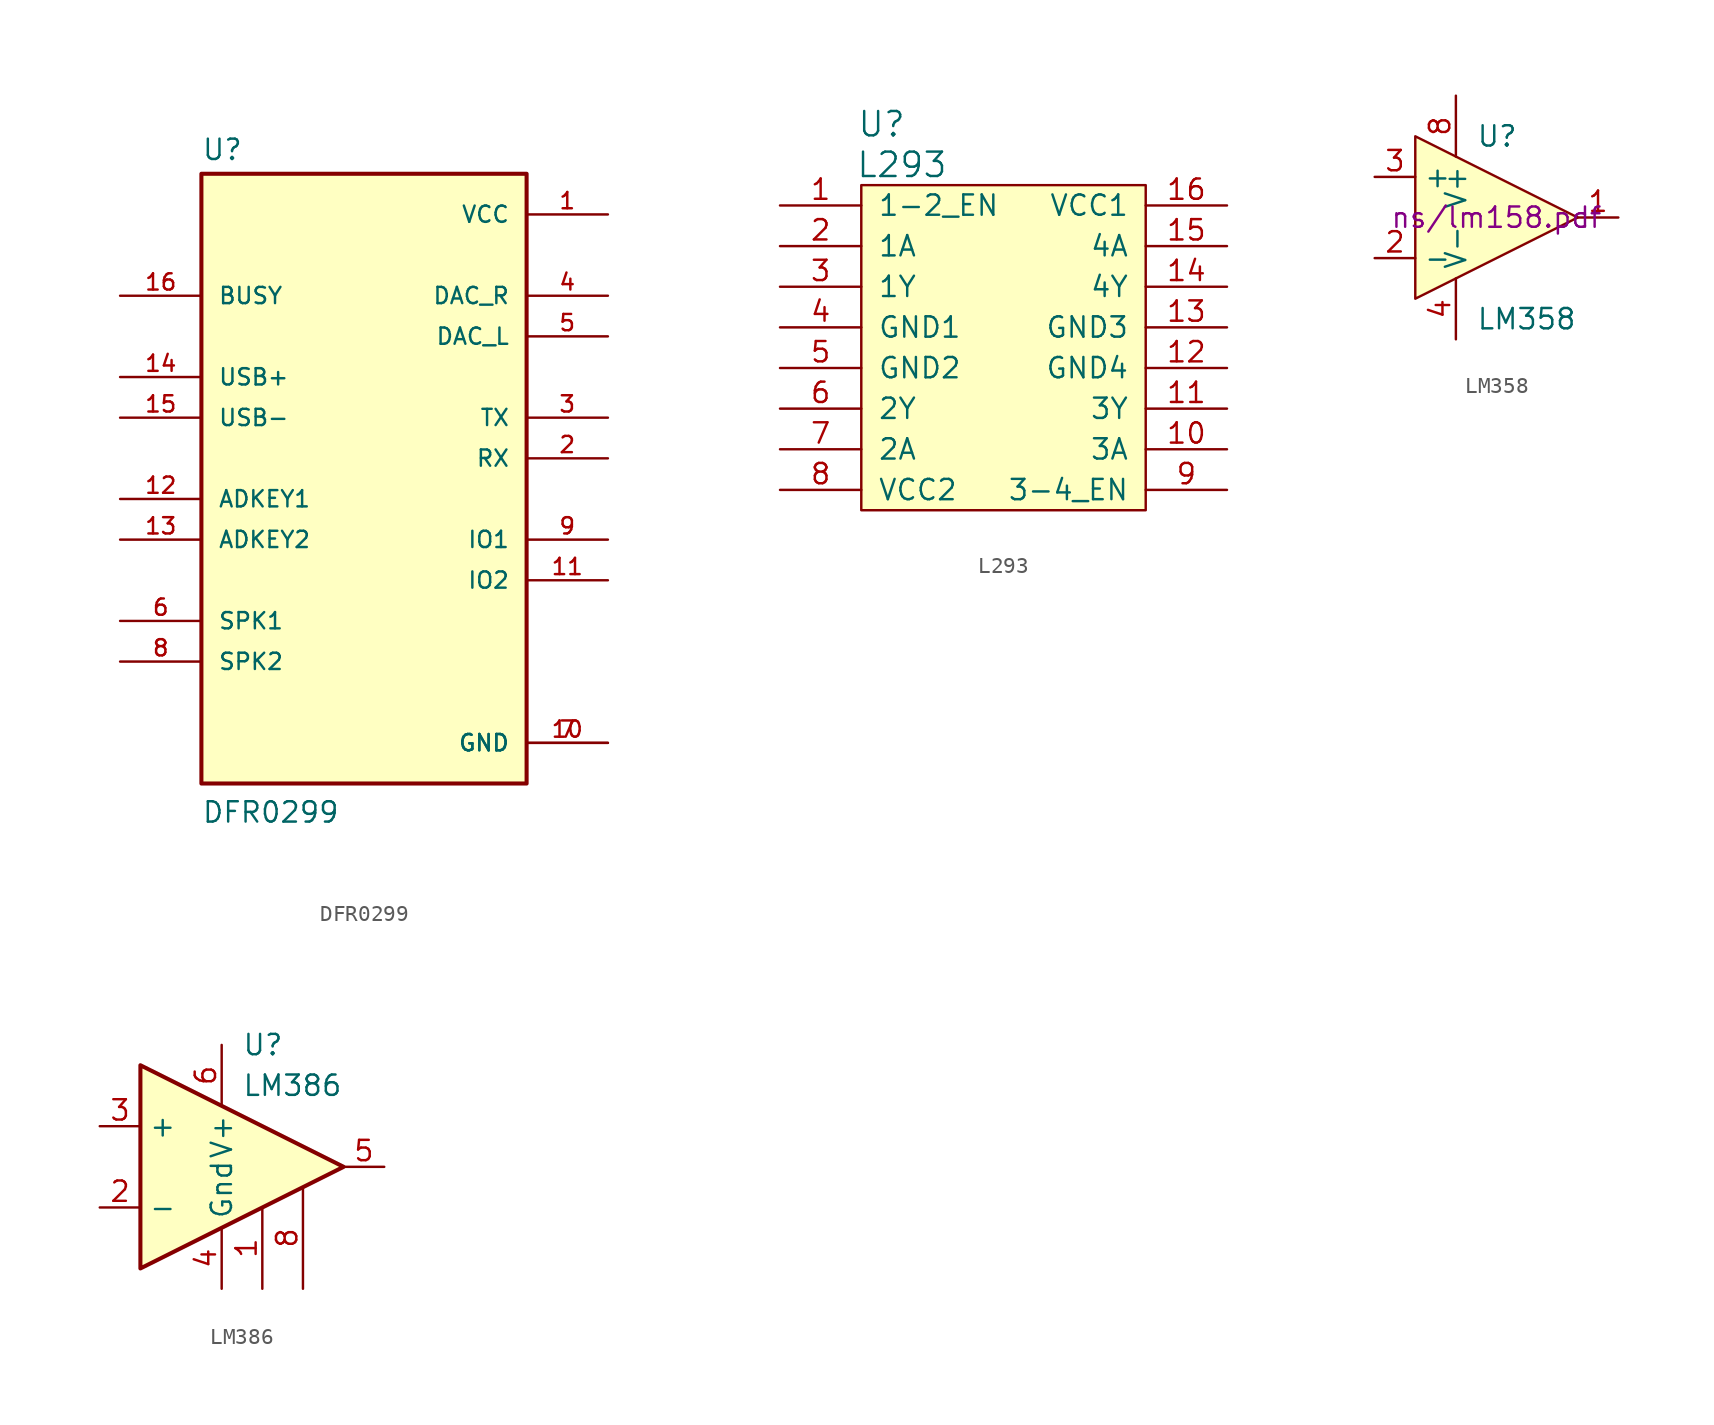
<source format=kicad_sym>
(kicad_symbol_lib
  (version 20211014)
  (generator kicad_symbol_editor)
  (symbol "DFR0299"
    (pin_names
      (offset 1.016))
    (property "Reference" "U"
      (at -10.16 18.542 0)
      (effects (font (size 1.27 1.27)) (justify left bottom)))
    (property "Value" "DFR0299"
      (at -10.16 -22.86 0)
      (effects (font (size 1.27 1.27)) (justify left bottom)))
    (property "ki_locked" ""
      (at 0 0 0)
      (effects (font (size 1.27 1.27))))
    (symbol "DFR0299_0_0"
      (rectangle (start -10.16 -20.32) (end 10.16 17.78) (stroke (width 0.254) (type default) (color 0 0 0 0)) (fill (type background)))
      (pin power_in line (at 15.24 15.24 180) (length 5.08) (name "VCC" (effects (font (size 1.016 1.016)))) (number "1" (effects (font (size 1.016 1.016)))))
      (pin power_in line (at 15.24 -17.78 180) (length 5.08) (name "GND" (effects (font (size 1.016 1.016)))) (number "10" (effects (font (size 1.016 1.016)))))
      (pin bidirectional line (at 15.24 -7.62 180) (length 5.08) (name "IO2" (effects (font (size 1.016 1.016)))) (number "11" (effects (font (size 1.016 1.016)))))
      (pin input line (at -15.24 -2.54 0) (length 5.08) (name "ADKEY1" (effects (font (size 1.016 1.016)))) (number "12" (effects (font (size 1.016 1.016)))))
      (pin input line (at -15.24 -5.08 0) (length 5.08) (name "ADKEY2" (effects (font (size 1.016 1.016)))) (number "13" (effects (font (size 1.016 1.016)))))
      (pin input line (at -15.24 5.08 0) (length 5.08) (name "USB+" (effects (font (size 1.016 1.016)))) (number "14" (effects (font (size 1.016 1.016)))))
      (pin input line (at -15.24 2.54 0) (length 5.08) (name "USB-" (effects (font (size 1.016 1.016)))) (number "15" (effects (font (size 1.016 1.016)))))
      (pin input line (at -15.24 10.16 0) (length 5.08) (name "BUSY" (effects (font (size 1.016 1.016)))) (number "16" (effects (font (size 1.016 1.016)))))
      (pin input line (at 15.24 0 180) (length 5.08) (name "RX" (effects (font (size 1.016 1.016)))) (number "2" (effects (font (size 1.016 1.016)))))
      (pin output line (at 15.24 2.54 180) (length 5.08) (name "TX" (effects (font (size 1.016 1.016)))) (number "3" (effects (font (size 1.016 1.016)))))
      (pin output line (at 15.24 10.16 180) (length 5.08) (name "DAC_R" (effects (font (size 1.016 1.016)))) (number "4" (effects (font (size 1.016 1.016)))))
      (pin output line (at 15.24 7.62 180) (length 5.08) (name "DAC_L" (effects (font (size 1.016 1.016)))) (number "5" (effects (font (size 1.016 1.016)))))
      (pin passive line (at -15.24 -10.16 0) (length 5.08) (name "SPK1" (effects (font (size 1.016 1.016)))) (number "6" (effects (font (size 1.016 1.016)))))
      (pin power_in line (at 15.24 -17.78 180) (length 5.08) (name "GND" (effects (font (size 1.016 1.016)))) (number "7" (effects (font (size 1.016 1.016)))))
      (pin passive line (at -15.24 -12.7 0) (length 5.08) (name "SPK2" (effects (font (size 1.016 1.016)))) (number "8" (effects (font (size 1.016 1.016)))))
      (pin bidirectional line (at 15.24 -5.08 180) (length 5.08) (name "IO1" (effects (font (size 1.016 1.016)))) (number "9" (effects (font (size 1.016 1.016)))))))
  (symbol "L293"
    (pin_names
      (offset 1.016))
    (property "Reference" "U"
      (at -7.62 13.97 0)
      (effects (font (size 1.524 1.524))))
    (property "Value" "L293"
      (at -6.35 11.43 0)
      (effects (font (size 1.524 1.524))))
    (property "Footprint" ""
      (at 0 0 0)
      (effects (font (size 1.524 1.524))))
    (property "Datasheet" ""
      (at 0 0 0)
      (effects (font (size 1.524 1.524))))
    (symbol "L293_0_1"
      (rectangle (start -8.89 10.16) (end 8.89 -10.16) (stroke (width 0) (type default) (color 0 0 0 0)) (fill (type background))))
    (symbol "L293_1_1"
      (pin input line (at -13.97 8.89 0) (length 5.08) (name "1-2_EN" (effects (font (size 1.27 1.27)))) (number "1" (effects (font (size 1.27 1.27)))))
      (pin input line (at 13.97 -6.35 180) (length 5.08) (name "3A" (effects (font (size 1.27 1.27)))) (number "10" (effects (font (size 1.27 1.27)))))
      (pin output line (at 13.97 -3.81 180) (length 5.08) (name "3Y" (effects (font (size 1.27 1.27)))) (number "11" (effects (font (size 1.27 1.27)))))
      (pin power_in line (at 13.97 -1.27 180) (length 5.08) (name "GND4" (effects (font (size 1.27 1.27)))) (number "12" (effects (font (size 1.27 1.27)))))
      (pin power_in line (at 13.97 1.27 180) (length 5.08) (name "GND3" (effects (font (size 1.27 1.27)))) (number "13" (effects (font (size 1.27 1.27)))))
      (pin output line (at 13.97 3.81 180) (length 5.08) (name "4Y" (effects (font (size 1.27 1.27)))) (number "14" (effects (font (size 1.27 1.27)))))
      (pin input line (at 13.97 6.35 180) (length 5.08) (name "4A" (effects (font (size 1.27 1.27)))) (number "15" (effects (font (size 1.27 1.27)))))
      (pin power_in line (at 13.97 8.89 180) (length 5.08) (name "VCC1" (effects (font (size 1.27 1.27)))) (number "16" (effects (font (size 1.27 1.27)))))
      (pin input line (at -13.97 6.35 0) (length 5.08) (name "1A" (effects (font (size 1.27 1.27)))) (number "2" (effects (font (size 1.27 1.27)))))
      (pin output line (at -13.97 3.81 0) (length 5.08) (name "1Y" (effects (font (size 1.27 1.27)))) (number "3" (effects (font (size 1.27 1.27)))))
      (pin power_in line (at -13.97 1.27 0) (length 5.08) (name "GND1" (effects (font (size 1.27 1.27)))) (number "4" (effects (font (size 1.27 1.27)))))
      (pin power_in line (at -13.97 -1.27 0) (length 5.08) (name "GND2" (effects (font (size 1.27 1.27)))) (number "5" (effects (font (size 1.27 1.27)))))
      (pin output line (at -13.97 -3.81 0) (length 5.08) (name "2Y" (effects (font (size 1.27 1.27)))) (number "6" (effects (font (size 1.27 1.27)))))
      (pin input line (at -13.97 -6.35 0) (length 5.08) (name "2A" (effects (font (size 1.27 1.27)))) (number "7" (effects (font (size 1.27 1.27)))))
      (pin power_in line (at -13.97 -8.89 0) (length 5.08) (name "VCC2" (effects (font (size 1.27 1.27)))) (number "8" (effects (font (size 1.27 1.27)))))
      (pin input line (at 13.97 -8.89 180) (length 5.08) (name "3-4_EN" (effects (font (size 1.27 1.27)))) (number "9" (effects (font (size 1.27 1.27)))))))
  (symbol "LM358"
    (property "Reference" "U"
      (at -1.27 5.08 0)
      (effects (font (size 1.27 1.27)) (justify left)))
    (property "Value" "LM358"
      (at -1.27 -6.35 0)
      (effects (font (size 1.27 1.27)) (justify left)))
    (property "Footprint" ""
      (at 0 0 0)
      (effects (font (size 1.27 1.27))))
    (property "Datasheet" "ns/lm158.pdf"
      (at 0 0 0)
      (effects (font (size 1.27 1.27))))
    (symbol "LM358_0_1"
      (polyline (pts (xy -5.08 5.08) (xy 5.08 0) (xy -5.08 -5.08) (xy -5.08 5.08)) (stroke (width 0.152) (type default) (color 0 0 0 0)) (fill (type background)))
      (pin power_in line (at -2.54 -7.62 90) (length 3.81) (name "V-" (effects (font (size 1.27 1.27)))) (number "4" (effects (font (size 1.27 1.27)))))
      (pin power_in line (at -2.54 7.62 270) (length 3.81) (name "V+" (effects (font (size 1.27 1.27)))) (number "8" (effects (font (size 1.27 1.27))))))
    (symbol "LM358_1_1"
      (pin output line (at 7.62 0 180) (length 2.54) (name "~" (effects (font (size 1.27 1.27)))) (number "1" (effects (font (size 1.27 1.27)))))
      (pin input line (at -7.62 -2.54 0) (length 2.54) (name "-" (effects (font (size 1.27 1.27)))) (number "2" (effects (font (size 1.27 1.27)))))
      (pin input line (at -7.62 2.54 0) (length 2.54) (name "+" (effects (font (size 1.27 1.27)))) (number "3" (effects (font (size 1.27 1.27)))))))
  (symbol "LM386"
    (property "Reference" "U"
      (at 1.27 7.62 0)
      (effects (font (size 1.27 1.27)) (justify left)))
    (property "Value" "LM386"
      (at 1.27 5.08 0)
      (effects (font (size 1.27 1.27)) (justify left)))
    (property "Footprint" ""
      (at 2.54 2.54 0)
      (effects (font (size 1.27 1.27))))
    (property "Datasheet" ""
      (at 5.08 5.08 0)
      (effects (font (size 1.27 1.27))))
    (symbol "LM386_0_1"
      (polyline (pts (xy -5.08 6.35) (xy 7.62 0) (xy -5.08 -6.35) (xy -5.08 6.35)) (stroke (width 0.254) (type default) (color 0 0 0 0)) (fill (type background))))
    (symbol "LM386_1_1"
      (pin input line (at 2.54 -7.62 90) (length 5.08) (name "~" (effects (font (size 1.27 1.27)))) (number "1" (effects (font (size 1.27 1.27)))))
      (pin input line (at -7.62 -2.54 0) (length 2.54) (name "-" (effects (font (size 1.27 1.27)))) (number "2" (effects (font (size 1.27 1.27)))))
      (pin input line (at -7.62 2.54 0) (length 2.54) (name "+" (effects (font (size 1.27 1.27)))) (number "3" (effects (font (size 1.27 1.27)))))
      (pin power_in line (at 0 -7.62 90) (length 3.81) (name "Gnd" (effects (font (size 1.27 1.27)))) (number "4" (effects (font (size 1.27 1.27)))))
      (pin output line (at 10.16 0 180) (length 2.54) (name "~" (effects (font (size 1.27 1.27)))) (number "5" (effects (font (size 1.27 1.27)))))
      (pin power_in line (at 0 7.62 270) (length 3.81) (name "V+" (effects (font (size 1.27 1.27)))) (number "6" (effects (font (size 1.27 1.27)))))
      (pin input line (at 5.08 -7.62 90) (length 6.35) (name "~" (effects (font (size 1.27 1.27)))) (number "8" (effects (font (size 1.27 1.27))))))))
</source>
